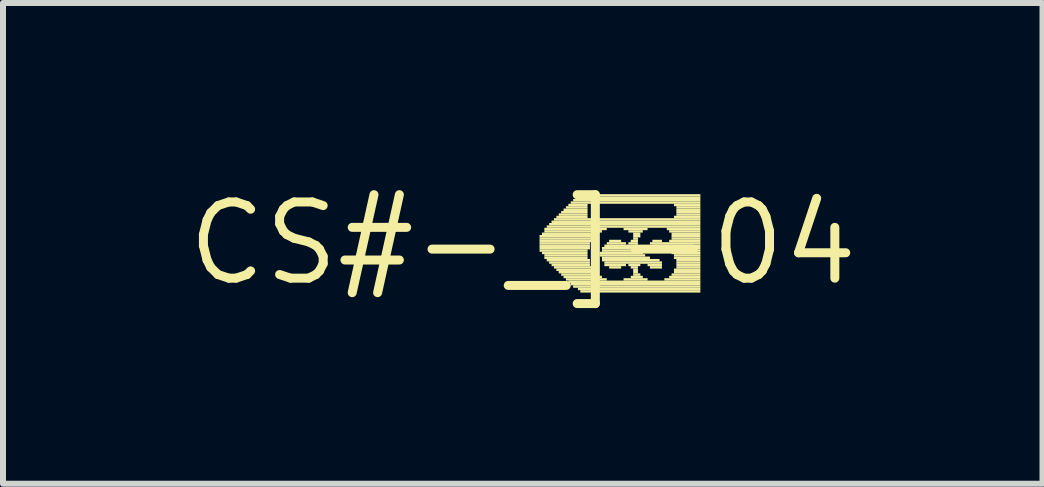
<source format=kicad_pcb>
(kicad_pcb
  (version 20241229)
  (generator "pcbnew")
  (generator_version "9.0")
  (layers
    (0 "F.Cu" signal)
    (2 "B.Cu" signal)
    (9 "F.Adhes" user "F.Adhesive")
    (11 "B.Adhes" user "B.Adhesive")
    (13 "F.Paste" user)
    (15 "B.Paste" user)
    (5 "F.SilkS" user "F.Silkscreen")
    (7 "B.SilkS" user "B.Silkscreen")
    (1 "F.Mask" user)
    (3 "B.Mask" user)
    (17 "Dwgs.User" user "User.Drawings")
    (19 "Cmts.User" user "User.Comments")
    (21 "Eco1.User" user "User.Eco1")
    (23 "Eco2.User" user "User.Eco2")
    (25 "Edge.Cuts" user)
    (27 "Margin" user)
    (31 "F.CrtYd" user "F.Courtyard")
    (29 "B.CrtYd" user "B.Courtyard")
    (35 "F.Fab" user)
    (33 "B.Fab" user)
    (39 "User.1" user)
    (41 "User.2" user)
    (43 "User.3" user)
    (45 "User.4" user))
  (footprint "CS#-_]-04"
    (layer "F.Cu")
    (at 5.662 1.006)
    (property "Reference" "CS#-_]-04" (at 0 0 0) (layer "F.SilkS") (effects (font (size 1.27 1.27) (thickness 0.15))))
    (fp_poly (pts (xy 0.28 -0.1) (xy 1.2 -0.1) (xy 1.2 -0.14) (xy 0.28 -0.14)) (stroke (width 0) (type default)) (fill yes) (layer "F.SilkS"))
    (fp_poly (pts (xy 0.28 -0.06) (xy 1.16 -0.06) (xy 1.16 -0.1) (xy 0.28 -0.1)) (stroke (width 0) (type default)) (fill yes) (layer "F.SilkS"))
    (fp_poly (pts (xy 0.28 -0.02) (xy 1.16 -0.02) (xy 1.16 -0.06) (xy 0.28 -0.06)) (stroke (width 0) (type default)) (fill yes) (layer "F.SilkS"))
    (fp_poly (pts (xy 0.28 0.02) (xy 1.12 0.02) (xy 1.12 -0.02) (xy 0.28 -0.02)) (stroke (width 0) (type default)) (fill yes) (layer "F.SilkS"))
    (fp_poly (pts (xy 0.28 0.06) (xy 1.12 0.06) (xy 1.12 0.02) (xy 0.28 0.02)) (stroke (width 0) (type default)) (fill yes) (layer "F.SilkS"))
    (fp_poly (pts (xy 0.28 0.1) (xy 1.12 0.1) (xy 1.12 0.06) (xy 0.28 0.06)) (stroke (width 0) (type default)) (fill yes) (layer "F.SilkS"))
    (fp_poly (pts (xy 0.28 0.14) (xy 1.08 0.14) (xy 1.08 0.1) (xy 0.28 0.1)) (stroke (width 0) (type default)) (fill yes) (layer "F.SilkS"))
    (fp_poly (pts (xy 0.32 -0.14) (xy 1.24 -0.14) (xy 1.24 -0.18) (xy 0.32 -0.18)) (stroke (width 0) (type default)) (fill yes) (layer "F.SilkS"))
    (fp_poly (pts (xy 0.32 0.18) (xy 1.08 0.18) (xy 1.08 0.14) (xy 0.32 0.14)) (stroke (width 0) (type default)) (fill yes) (layer "F.SilkS"))
    (fp_poly (pts (xy 0.36 -0.22) (xy 1.4 -0.22) (xy 1.4 -0.26) (xy 0.36 -0.26)) (stroke (width 0) (type default)) (fill yes) (layer "F.SilkS"))
    (fp_poly (pts (xy 0.36 -0.18) (xy 1.32 -0.18) (xy 1.32 -0.22) (xy 0.36 -0.22)) (stroke (width 0) (type default)) (fill yes) (layer "F.SilkS"))
    (fp_poly (pts (xy 0.36 0.22) (xy 1.08 0.22) (xy 1.08 0.18) (xy 0.36 0.18)) (stroke (width 0) (type default)) (fill yes) (layer "F.SilkS"))
    (fp_poly (pts (xy 0.36 0.26) (xy 1.08 0.26) (xy 1.08 0.22) (xy 0.36 0.22)) (stroke (width 0) (type default)) (fill yes) (layer "F.SilkS"))
    (fp_poly (pts (xy 0.4 -0.26) (xy 2.96 -0.26) (xy 2.96 -0.3) (xy 0.4 -0.3)) (stroke (width 0) (type default)) (fill yes) (layer "F.SilkS"))
    (fp_poly (pts (xy 0.4 0.3) (xy 1.12 0.3) (xy 1.12 0.26) (xy 0.4 0.26)) (stroke (width 0) (type default)) (fill yes) (layer "F.SilkS"))
    (fp_poly (pts (xy 0.44 -0.3) (xy 2.96 -0.3) (xy 2.96 -0.34) (xy 0.44 -0.34)) (stroke (width 0) (type default)) (fill yes) (layer "F.SilkS"))
    (fp_poly (pts (xy 0.44 0.34) (xy 1.12 0.34) (xy 1.12 0.3) (xy 0.44 0.3)) (stroke (width 0) (type default)) (fill yes) (layer "F.SilkS"))
    (fp_poly (pts (xy 0.48 -0.34) (xy 2.96 -0.34) (xy 2.96 -0.38) (xy 0.48 -0.38)) (stroke (width 0) (type default)) (fill yes) (layer "F.SilkS"))
    (fp_poly (pts (xy 0.48 0.38) (xy 1.12 0.38) (xy 1.12 0.34) (xy 0.48 0.34)) (stroke (width 0) (type default)) (fill yes) (layer "F.SilkS"))
    (fp_poly (pts (xy 0.52 -0.38) (xy 2.96 -0.38) (xy 2.96 -0.42) (xy 0.52 -0.42)) (stroke (width 0) (type default)) (fill yes) (layer "F.SilkS"))
    (fp_poly (pts (xy 0.52 0.42) (xy 1.16 0.42) (xy 1.16 0.38) (xy 0.52 0.38)) (stroke (width 0) (type default)) (fill yes) (layer "F.SilkS"))
    (fp_poly (pts (xy 0.56 -0.42) (xy 1.08 -0.42) (xy 1.08 -0.46) (xy 0.56 -0.46)) (stroke (width 0) (type default)) (fill yes) (layer "F.SilkS"))
    (fp_poly (pts (xy 0.56 0.46) (xy 1.16 0.46) (xy 1.16 0.42) (xy 0.56 0.42)) (stroke (width 0) (type default)) (fill yes) (layer "F.SilkS"))
    (fp_poly (pts (xy 0.6 -0.46) (xy 1.08 -0.46) (xy 1.08 -0.5) (xy 0.6 -0.5)) (stroke (width 0) (type default)) (fill yes) (layer "F.SilkS"))
    (fp_poly (pts (xy 0.6 0.5) (xy 1.2 0.5) (xy 1.2 0.46) (xy 0.6 0.46)) (stroke (width 0) (type default)) (fill yes) (layer "F.SilkS"))
    (fp_poly (pts (xy 0.64 -0.5) (xy 1.08 -0.5) (xy 1.08 -0.54) (xy 0.64 -0.54)) (stroke (width 0) (type default)) (fill yes) (layer "F.SilkS"))
    (fp_poly (pts (xy 0.64 0.54) (xy 1.24 0.54) (xy 1.24 0.5) (xy 0.64 0.5)) (stroke (width 0) (type default)) (fill yes) (layer "F.SilkS"))
    (fp_poly (pts (xy 0.68 -0.54) (xy 1.08 -0.54) (xy 1.08 -0.58) (xy 0.68 -0.58)) (stroke (width 0) (type default)) (fill yes) (layer "F.SilkS"))
    (fp_poly (pts (xy 0.68 0.58) (xy 1.32 0.58) (xy 1.32 0.54) (xy 0.68 0.54)) (stroke (width 0) (type default)) (fill yes) (layer "F.SilkS"))
    (fp_poly (pts (xy 0.72 -0.58) (xy 1.08 -0.58) (xy 1.08 -0.62) (xy 0.72 -0.62)) (stroke (width 0) (type default)) (fill yes) (layer "F.SilkS"))
    (fp_poly (pts (xy 0.72 0.62) (xy 1.4 0.62) (xy 1.4 0.58) (xy 0.72 0.58)) (stroke (width 0) (type default)) (fill yes) (layer "F.SilkS"))
    (fp_poly (pts (xy 0.76 -0.62) (xy 1.08 -0.62) (xy 1.08 -0.66) (xy 0.76 -0.66)) (stroke (width 0) (type default)) (fill yes) (layer "F.SilkS"))
    (fp_poly (pts (xy 0.76 0.66) (xy 2.96 0.66) (xy 2.96 0.62) (xy 0.76 0.62)) (stroke (width 0) (type default)) (fill yes) (layer "F.SilkS"))
    (fp_poly (pts (xy 0.8 -0.66) (xy 2.96 -0.66) (xy 2.96 -0.7) (xy 0.8 -0.7)) (stroke (width 0) (type default)) (fill yes) (layer "F.SilkS"))
    (fp_poly (pts (xy 0.8 0.7) (xy 2.96 0.7) (xy 2.96 0.66) (xy 0.8 0.66)) (stroke (width 0) (type default)) (fill yes) (layer "F.SilkS"))
    (fp_poly (pts (xy 0.84 -0.7) (xy 2.96 -0.7) (xy 2.96 -0.74) (xy 0.84 -0.74)) (stroke (width 0) (type default)) (fill yes) (layer "F.SilkS"))
    (fp_poly (pts (xy 0.84 0.74) (xy 2.96 0.74) (xy 2.96 0.7) (xy 0.84 0.7)) (stroke (width 0) (type default)) (fill yes) (layer "F.SilkS"))
    (fp_poly (pts (xy 0.92 -0.74) (xy 2.96 -0.74) (xy 2.96 -0.78) (xy 0.92 -0.78)) (stroke (width 0) (type default)) (fill yes) (layer "F.SilkS"))
    (fp_poly (pts (xy 0.92 0.78) (xy 2.96 0.78) (xy 2.96 0.74) (xy 0.92 0.74)) (stroke (width 0) (type default)) (fill yes) (layer "F.SilkS"))
    (fp_poly (pts (xy 0.96 -0.78) (xy 2.96 -0.78) (xy 2.96 -0.82) (xy 0.96 -0.82)) (stroke (width 0) (type default)) (fill yes) (layer "F.SilkS"))
    (fp_poly (pts (xy 0.96 0.82) (xy 2.96 0.82) (xy 2.96 0.78) (xy 0.96 0.78)) (stroke (width 0) (type default)) (fill yes) (layer "F.SilkS"))
    (fp_poly (pts (xy 1.28 0.18) (xy 2 0.18) (xy 2 0.14) (xy 1.28 0.14)) (stroke (width 0) (type default)) (fill yes) (layer "F.SilkS"))
    (fp_poly (pts (xy 1.28 0.22) (xy 2.04 0.22) (xy 2.04 0.18) (xy 1.28 0.18)) (stroke (width 0) (type default)) (fill yes) (layer "F.SilkS"))
    (fp_poly (pts (xy 1.32 0.1) (xy 1.96 0.1) (xy 1.96 0.06) (xy 1.32 0.06)) (stroke (width 0) (type default)) (fill yes) (layer "F.SilkS"))
    (fp_poly (pts (xy 1.32 0.14) (xy 1.96 0.14) (xy 1.96 0.1) (xy 1.32 0.1)) (stroke (width 0) (type default)) (fill yes) (layer "F.SilkS"))
    (fp_poly (pts (xy 1.32 0.26) (xy 2.12 0.26) (xy 2.12 0.22) (xy 1.32 0.22)) (stroke (width 0) (type default)) (fill yes) (layer "F.SilkS"))
    (fp_poly (pts (xy 1.32 0.3) (xy 2.28 0.3) (xy 2.28 0.26) (xy 1.32 0.26)) (stroke (width 0) (type default)) (fill yes) (layer "F.SilkS"))
    (fp_poly (pts (xy 1.36 0.06) (xy 1.92 0.06) (xy 1.92 0.02) (xy 1.36 0.02)) (stroke (width 0) (type default)) (fill yes) (layer "F.SilkS"))
    (fp_poly (pts (xy 1.36 0.34) (xy 2.32 0.34) (xy 2.32 0.3) (xy 1.36 0.3)) (stroke (width 0) (type default)) (fill yes) (layer "F.SilkS"))
    (fp_poly (pts (xy 1.36 0.38) (xy 1.72 0.38) (xy 1.72 0.34) (xy 1.36 0.34)) (stroke (width 0) (type default)) (fill yes) (layer "F.SilkS"))
    (fp_poly (pts (xy 1.4 0.02) (xy 1.72 0.02) (xy 1.72 -0.02) (xy 1.4 -0.02)) (stroke (width 0) (type default)) (fill yes) (layer "F.SilkS"))
    (fp_poly (pts (xy 1.44 -0.02) (xy 1.64 -0.02) (xy 1.64 -0.06) (xy 1.44 -0.06)) (stroke (width 0) (type default)) (fill yes) (layer "F.SilkS"))
    (fp_poly (pts (xy 1.44 0.42) (xy 1.64 0.42) (xy 1.64 0.38) (xy 1.44 0.38)) (stroke (width 0) (type default)) (fill yes) (layer "F.SilkS"))
    (fp_poly (pts (xy 1.68 -0.22) (xy 2.08 -0.22) (xy 2.08 -0.26) (xy 1.68 -0.26)) (stroke (width 0) (type default)) (fill yes) (layer "F.SilkS"))
    (fp_poly (pts (xy 1.68 0.62) (xy 2.08 0.62) (xy 2.08 0.58) (xy 1.68 0.58)) (stroke (width 0) (type default)) (fill yes) (layer "F.SilkS"))
    (fp_poly (pts (xy 1.76 -0.18) (xy 2 -0.18) (xy 2 -0.22) (xy 1.76 -0.22)) (stroke (width 0) (type default)) (fill yes) (layer "F.SilkS"))
    (fp_poly (pts (xy 1.76 0.02) (xy 1.92 0.02) (xy 1.92 -0.02) (xy 1.76 -0.02)) (stroke (width 0) (type default)) (fill yes) (layer "F.SilkS"))
    (fp_poly (pts (xy 1.76 0.38) (xy 1.96 0.38) (xy 1.96 0.34) (xy 1.76 0.34)) (stroke (width 0) (type default)) (fill yes) (layer "F.SilkS"))
    (fp_poly (pts (xy 1.8 -0.02) (xy 1.92 -0.02) (xy 1.92 -0.06) (xy 1.8 -0.06)) (stroke (width 0) (type default)) (fill yes) (layer "F.SilkS"))
    (fp_poly (pts (xy 1.8 0.42) (xy 1.92 0.42) (xy 1.92 0.38) (xy 1.8 0.38)) (stroke (width 0) (type default)) (fill yes) (layer "F.SilkS"))
    (fp_poly (pts (xy 1.8 0.58) (xy 2 0.58) (xy 2 0.54) (xy 1.8 0.54)) (stroke (width 0) (type default)) (fill yes) (layer "F.SilkS"))
    (fp_poly (pts (xy 1.84 -0.14) (xy 1.96 -0.14) (xy 1.96 -0.18) (xy 1.84 -0.18)) (stroke (width 0) (type default)) (fill yes) (layer "F.SilkS"))
    (fp_poly (pts (xy 1.84 -0.1) (xy 1.96 -0.1) (xy 1.96 -0.14) (xy 1.84 -0.14)) (stroke (width 0) (type default)) (fill yes) (layer "F.SilkS"))
    (fp_poly (pts (xy 1.84 -0.06) (xy 1.92 -0.06) (xy 1.92 -0.1) (xy 1.84 -0.1)) (stroke (width 0) (type default)) (fill yes) (layer "F.SilkS"))
    (fp_poly (pts (xy 1.84 0.46) (xy 1.92 0.46) (xy 1.92 0.42) (xy 1.84 0.42)) (stroke (width 0) (type default)) (fill yes) (layer "F.SilkS"))
    (fp_poly (pts (xy 1.84 0.5) (xy 1.92 0.5) (xy 1.92 0.46) (xy 1.84 0.46)) (stroke (width 0) (type default)) (fill yes) (layer "F.SilkS"))
    (fp_poly (pts (xy 1.84 0.54) (xy 1.96 0.54) (xy 1.96 0.5) (xy 1.84 0.5)) (stroke (width 0) (type default)) (fill yes) (layer "F.SilkS"))
    (fp_poly (pts (xy 2.08 0.38) (xy 2.32 0.38) (xy 2.32 0.34) (xy 2.08 0.34)) (stroke (width 0) (type default)) (fill yes) (layer "F.SilkS"))
    (fp_poly (pts (xy 2.12 0.02) (xy 2.96 0.02) (xy 2.96 -0.02) (xy 2.12 -0.02)) (stroke (width 0) (type default)) (fill yes) (layer "F.SilkS"))
    (fp_poly (pts (xy 2.12 0.42) (xy 2.32 0.42) (xy 2.32 0.38) (xy 2.12 0.38)) (stroke (width 0) (type default)) (fill yes) (layer "F.SilkS"))
    (fp_poly (pts (xy 2.16 -0.02) (xy 2.32 -0.02) (xy 2.32 -0.06) (xy 2.16 -0.06)) (stroke (width 0) (type default)) (fill yes) (layer "F.SilkS"))
    (fp_poly (pts (xy 2.16 0.06) (xy 2.96 0.06) (xy 2.96 0.02) (xy 2.16 0.02)) (stroke (width 0) (type default)) (fill yes) (layer "F.SilkS"))
    (fp_poly (pts (xy 2.28 0.1) (xy 2.96 0.1) (xy 2.96 0.06) (xy 2.28 0.06)) (stroke (width 0) (type default)) (fill yes) (layer "F.SilkS"))
    (fp_poly (pts (xy 2.36 0.62) (xy 2.96 0.62) (xy 2.96 0.58) (xy 2.36 0.58)) (stroke (width 0) (type default)) (fill yes) (layer "F.SilkS"))
    (fp_poly (pts (xy 2.4 -0.22) (xy 2.96 -0.22) (xy 2.96 -0.26) (xy 2.4 -0.26)) (stroke (width 0) (type default)) (fill yes) (layer "F.SilkS"))
    (fp_poly (pts (xy 2.4 0.14) (xy 2.96 0.14) (xy 2.96 0.1) (xy 2.4 0.1)) (stroke (width 0) (type default)) (fill yes) (layer "F.SilkS"))
    (fp_poly (pts (xy 2.44 -0.18) (xy 2.96 -0.18) (xy 2.96 -0.22) (xy 2.44 -0.22)) (stroke (width 0) (type default)) (fill yes) (layer "F.SilkS"))
    (fp_poly (pts (xy 2.44 -0.02) (xy 2.96 -0.02) (xy 2.96 -0.06) (xy 2.44 -0.06)) (stroke (width 0) (type default)) (fill yes) (layer "F.SilkS"))
    (fp_poly (pts (xy 2.44 0.58) (xy 2.96 0.58) (xy 2.96 0.54) (xy 2.44 0.54)) (stroke (width 0) (type default)) (fill yes) (layer "F.SilkS"))
    (fp_poly (pts (xy 2.48 -0.14) (xy 2.96 -0.14) (xy 2.96 -0.18) (xy 2.48 -0.18)) (stroke (width 0) (type default)) (fill yes) (layer "F.SilkS"))
    (fp_poly (pts (xy 2.48 -0.1) (xy 2.96 -0.1) (xy 2.96 -0.14) (xy 2.48 -0.14)) (stroke (width 0) (type default)) (fill yes) (layer "F.SilkS"))
    (fp_poly (pts (xy 2.48 -0.06) (xy 2.96 -0.06) (xy 2.96 -0.1) (xy 2.48 -0.1)) (stroke (width 0) (type default)) (fill yes) (layer "F.SilkS"))
    (fp_poly (pts (xy 2.48 0.18) (xy 2.96 0.18) (xy 2.96 0.14) (xy 2.48 0.14)) (stroke (width 0) (type default)) (fill yes) (layer "F.SilkS"))
    (fp_poly (pts (xy 2.48 0.54) (xy 2.96 0.54) (xy 2.96 0.5) (xy 2.48 0.5)) (stroke (width 0) (type default)) (fill yes) (layer "F.SilkS"))
    (fp_poly (pts (xy 2.52 -0.62) (xy 2.96 -0.62) (xy 2.96 -0.66) (xy 2.52 -0.66)) (stroke (width 0) (type default)) (fill yes) (layer "F.SilkS"))
    (fp_poly (pts (xy 2.52 -0.42) (xy 2.96 -0.42) (xy 2.96 -0.46) (xy 2.52 -0.46)) (stroke (width 0) (type default)) (fill yes) (layer "F.SilkS"))
    (fp_poly (pts (xy 2.52 0.22) (xy 2.96 0.22) (xy 2.96 0.18) (xy 2.52 0.18)) (stroke (width 0) (type default)) (fill yes) (layer "F.SilkS"))
    (fp_poly (pts (xy 2.52 0.26) (xy 2.96 0.26) (xy 2.96 0.22) (xy 2.52 0.22)) (stroke (width 0) (type default)) (fill yes) (layer "F.SilkS"))
    (fp_poly (pts (xy 2.52 0.46) (xy 2.96 0.46) (xy 2.96 0.42) (xy 2.52 0.42)) (stroke (width 0) (type default)) (fill yes) (layer "F.SilkS"))
    (fp_poly (pts (xy 2.52 0.5) (xy 2.96 0.5) (xy 2.96 0.46) (xy 2.52 0.46)) (stroke (width 0) (type default)) (fill yes) (layer "F.SilkS"))
    (fp_poly (pts (xy 2.56 -0.58) (xy 2.96 -0.58) (xy 2.96 -0.62) (xy 2.56 -0.62)) (stroke (width 0) (type default)) (fill yes) (layer "F.SilkS"))
    (fp_poly (pts (xy 2.56 -0.54) (xy 2.96 -0.54) (xy 2.96 -0.58) (xy 2.56 -0.58)) (stroke (width 0) (type default)) (fill yes) (layer "F.SilkS"))
    (fp_poly (pts (xy 2.56 -0.5) (xy 2.96 -0.5) (xy 2.96 -0.54) (xy 2.56 -0.54)) (stroke (width 0) (type default)) (fill yes) (layer "F.SilkS"))
    (fp_poly (pts (xy 2.56 -0.46) (xy 2.96 -0.46) (xy 2.96 -0.5) (xy 2.56 -0.5)) (stroke (width 0) (type default)) (fill yes) (layer "F.SilkS"))
    (fp_poly (pts (xy 2.56 0.3) (xy 2.96 0.3) (xy 2.96 0.26) (xy 2.56 0.26)) (stroke (width 0) (type default)) (fill yes) (layer "F.SilkS"))
    (fp_poly (pts (xy 2.56 0.34) (xy 2.96 0.34) (xy 2.96 0.3) (xy 2.56 0.3)) (stroke (width 0) (type default)) (fill yes) (layer "F.SilkS"))
    (fp_poly (pts (xy 2.56 0.38) (xy 2.96 0.38) (xy 2.96 0.34) (xy 2.56 0.34)) (stroke (width 0) (type default)) (fill yes) (layer "F.SilkS"))
    (fp_poly (pts (xy 2.56 0.42) (xy 2.96 0.42) (xy 2.96 0.38) (xy 2.56 0.38)) (stroke (width 0) (type default)) (fill yes) (layer "F.SilkS")))
  (gr_rect
    (start -3 -3)
    (end 14.324 5.012)
    (stroke (width 0.1) (type default))
    (fill no)
    (layer "Edge.Cuts")))
</source>
